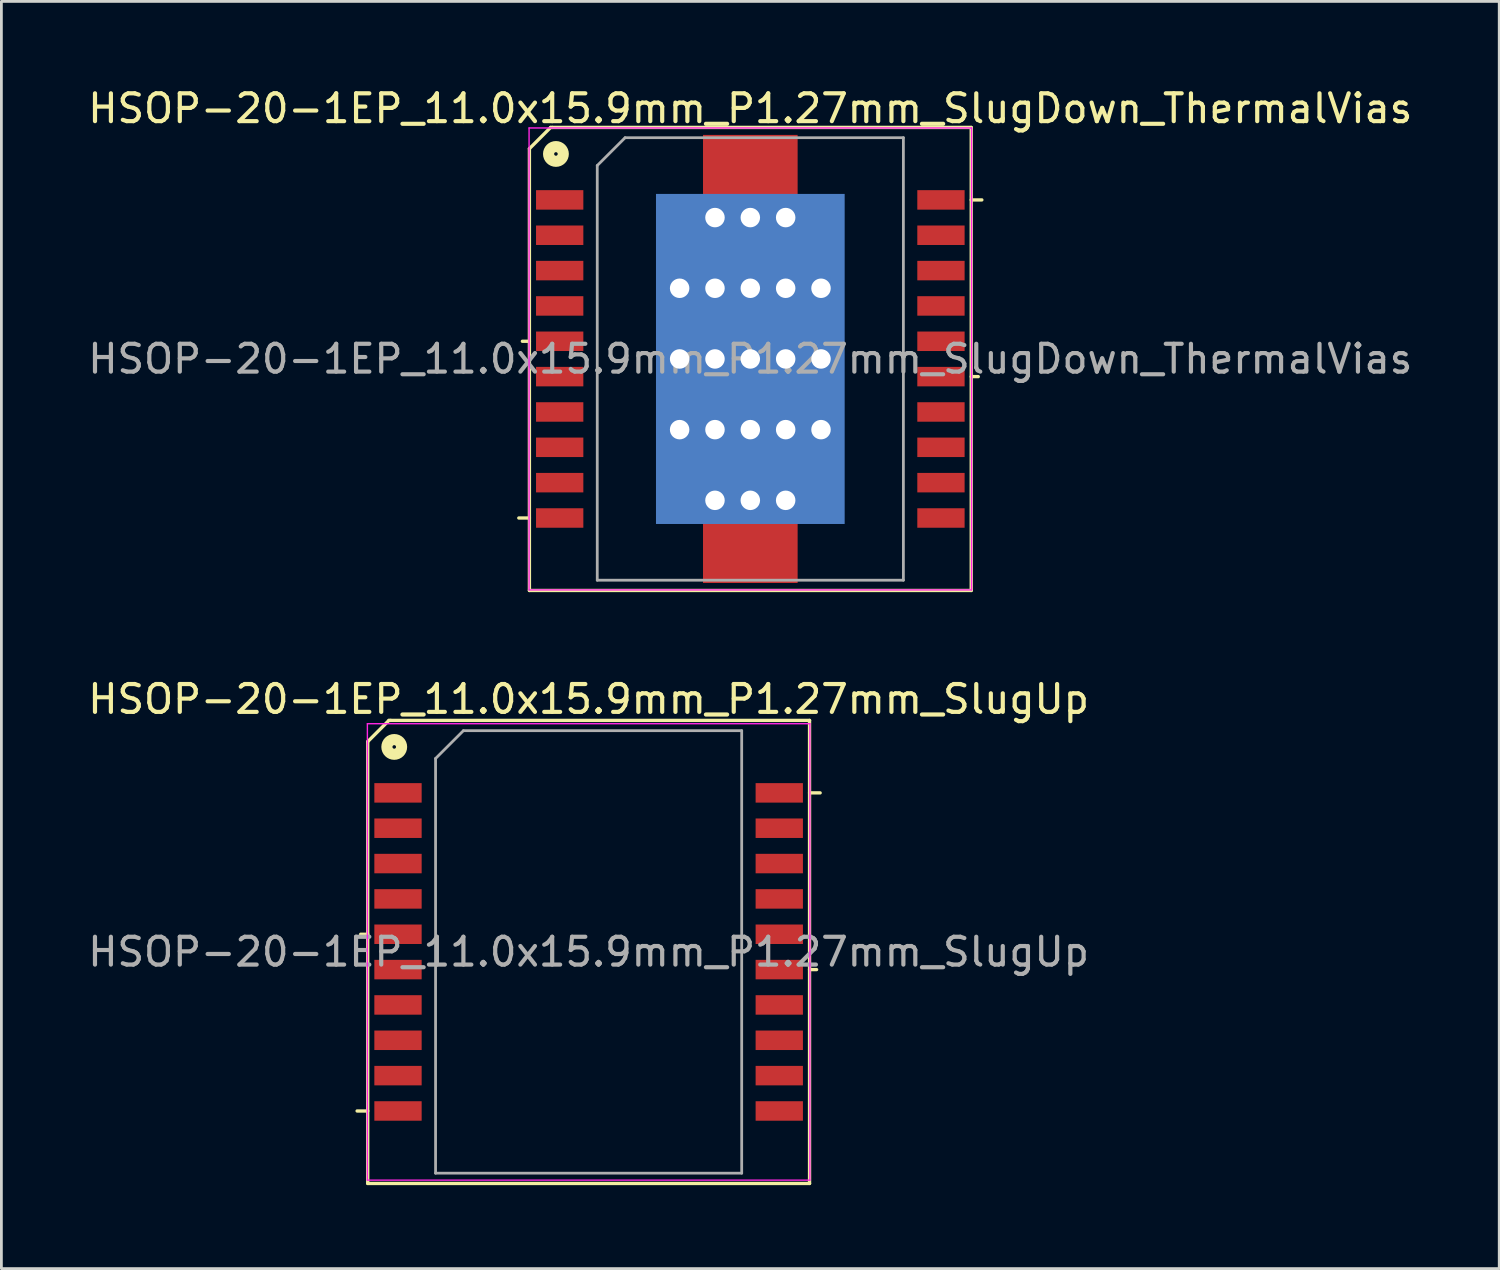
<source format=kicad_pcb>
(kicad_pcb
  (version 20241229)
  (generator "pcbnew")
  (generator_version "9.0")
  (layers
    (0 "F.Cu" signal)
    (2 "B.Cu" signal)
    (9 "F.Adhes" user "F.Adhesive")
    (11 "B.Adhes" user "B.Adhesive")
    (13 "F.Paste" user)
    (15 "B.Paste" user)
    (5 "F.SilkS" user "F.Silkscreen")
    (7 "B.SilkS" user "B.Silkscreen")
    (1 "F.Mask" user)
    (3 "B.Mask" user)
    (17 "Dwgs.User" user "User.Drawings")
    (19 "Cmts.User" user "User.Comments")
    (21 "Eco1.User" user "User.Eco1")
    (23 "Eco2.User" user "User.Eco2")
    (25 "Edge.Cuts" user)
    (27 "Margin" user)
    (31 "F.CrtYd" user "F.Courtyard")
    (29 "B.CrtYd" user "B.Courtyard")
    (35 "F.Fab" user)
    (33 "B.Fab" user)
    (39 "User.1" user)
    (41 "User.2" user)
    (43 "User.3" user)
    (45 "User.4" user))
  (footprint "HSOP-20-1EP_11.0x15.9mm_P1.27mm_SlugUp"
    (layer "F.Cu")
    (at 18.101 31.155)
    (property "Reference" "HSOP-20-1EP_11.0x15.9mm_P1.27mm_SlugUp" (at 0 -9.081 0) (layer "F.SilkS") (effects (font (size 1 1) (thickness 0.15))))
    (attr smd)
    (fp_line (start -7.938 -7.556) (end -7.938 8.319) (stroke (width 0.12) (type solid)) (layer "F.SilkS"))
    (fp_line (start -7.938 -7.556) (end -7.176 -8.319) (stroke (width 0.12) (type solid)) (layer "F.SilkS"))
    (fp_line (start -7.938 -0.635) (end -8.191 -0.635) (stroke (width 0.12) (type solid)) (layer "F.SilkS"))
    (fp_line (start -7.938 5.715) (end -8.319 5.715) (stroke (width 0.12) (type solid)) (layer "F.SilkS"))
    (fp_line (start -7.938 8.319) (end 7.938 8.319) (stroke (width 0.12) (type solid)) (layer "F.SilkS"))
    (fp_line (start -7.112 -8.319) (end -7.176 -8.319) (stroke (width 0.12) (type solid)) (layer "F.SilkS"))
    (fp_line (start 7.938 -8.319) (end -7.112 -8.319) (stroke (width 0.12) (type solid)) (layer "F.SilkS"))
    (fp_line (start 7.938 -5.715) (end 8.319 -5.715) (stroke (width 0.12) (type solid)) (layer "F.SilkS"))
    (fp_line (start 7.938 0.635) (end 8.191 0.635) (stroke (width 0.12) (type solid)) (layer "F.SilkS"))
    (fp_line (start 7.938 8.319) (end 7.938 -8.319) (stroke (width 0.12) (type solid)) (layer "F.SilkS"))
    (fp_circle (center -6.985 -7.366) (end -6.921 -7.366) (stroke (width 0.4) (type solid)) (fill no) (layer "F.SilkS"))
    (fp_line (start -7.95 -8.2) (end -7.95 8.2) (stroke (width 0.05) (type solid)) (layer "F.CrtYd"))
    (fp_line (start -7.95 -8.2) (end 7.95 -8.2) (stroke (width 0.05) (type solid)) (layer "F.CrtYd"))
    (fp_line (start 7.95 8.2) (end -7.95 8.2) (stroke (width 0.05) (type solid)) (layer "F.CrtYd"))
    (fp_line (start 7.95 8.2) (end 7.95 -8.2) (stroke (width 0.05) (type solid)) (layer "F.CrtYd"))
    (fp_line (start -5.5 -6.95) (end -5.5 7.95) (stroke (width 0.1) (type solid)) (layer "F.Fab"))
    (fp_line (start -5.5 7.95) (end 5.5 7.95) (stroke (width 0.1) (type solid)) (layer "F.Fab"))
    (fp_line (start -4.5 -7.95) (end -5.5 -6.95) (stroke (width 0.1) (type solid)) (layer "F.Fab"))
    (fp_line (start 5.5 -7.95) (end -4.5 -7.95) (stroke (width 0.1) (type solid)) (layer "F.Fab"))
    (fp_line (start 5.5 7.95) (end 5.5 -7.95) (stroke (width 0.1) (type solid)) (layer "F.Fab"))
    (fp_text user "${REFERENCE}" (at 0 0 0) (layer "F.Fab") (effects (font (size 1 1) (thickness 0.15))))
    (pad "1" smd rect (at -6.85 -5.715) (size 1.7 0.7) (layers "F.Cu" "F.Mask" "F.Paste"))
    (pad "2" smd rect (at -6.85 -4.445) (size 1.7 0.7) (layers "F.Cu" "F.Mask" "F.Paste"))
    (pad "3" smd rect (at -6.85 -3.175) (size 1.7 0.7) (layers "F.Cu" "F.Mask" "F.Paste"))
    (pad "4" smd rect (at -6.85 -1.905) (size 1.7 0.7) (layers "F.Cu" "F.Mask" "F.Paste"))
    (pad "5" smd rect (at -6.85 -0.635) (size 1.7 0.7) (layers "F.Cu" "F.Mask" "F.Paste"))
    (pad "6" smd rect (at -6.85 0.635) (size 1.7 0.7) (layers "F.Cu" "F.Mask" "F.Paste"))
    (pad "7" smd rect (at -6.85 1.905) (size 1.7 0.7) (layers "F.Cu" "F.Mask" "F.Paste"))
    (pad "8" smd rect (at -6.85 3.175) (size 1.7 0.7) (layers "F.Cu" "F.Mask" "F.Paste"))
    (pad "9" smd rect (at -6.85 4.445) (size 1.7 0.7) (layers "F.Cu" "F.Mask" "F.Paste"))
    (pad "10" smd rect (at -6.85 5.715) (size 1.7 0.7) (layers "F.Cu" "F.Mask" "F.Paste"))
    (pad "11" smd rect (at 6.85 5.715) (size 1.7 0.7) (layers "F.Cu" "F.Mask" "F.Paste"))
    (pad "12" smd rect (at 6.85 4.445) (size 1.7 0.7) (layers "F.Cu" "F.Mask" "F.Paste"))
    (pad "13" smd rect (at 6.85 3.175) (size 1.7 0.7) (layers "F.Cu" "F.Mask" "F.Paste"))
    (pad "14" smd rect (at 6.85 1.905) (size 1.7 0.7) (layers "F.Cu" "F.Mask" "F.Paste"))
    (pad "15" smd rect (at 6.85 0.635) (size 1.7 0.7) (layers "F.Cu" "F.Mask" "F.Paste"))
    (pad "16" smd rect (at 6.85 -0.635) (size 1.7 0.7) (layers "F.Cu" "F.Mask" "F.Paste"))
    (pad "17" smd rect (at 6.85 -1.905) (size 1.7 0.7) (layers "F.Cu" "F.Mask" "F.Paste"))
    (pad "18" smd rect (at 6.85 -3.175) (size 1.7 0.7) (layers "F.Cu" "F.Mask" "F.Paste"))
    (pad "19" smd rect (at 6.85 -4.445) (size 1.7 0.7) (layers "F.Cu" "F.Mask" "F.Paste"))
    (pad "20" smd rect (at 6.85 -5.715) (size 1.7 0.7) (layers "F.Cu" "F.Mask" "F.Paste")))
  (footprint "HSOP-20-1EP_11.0x15.9mm_P1.27mm_SlugDown_ThermalVias"
    (layer "F.Cu")
    (at 23.911 9.848)
    (property "Reference" "HSOP-20-1EP_11.0x15.9mm_P1.27mm_SlugDown_ThermalVias" (at 0 -9 0) (layer "F.SilkS") (effects (font (size 1 1) (thickness 0.15))))
    (attr smd)
    (fp_line (start -7.938 -7.556) (end -7.938 8.319) (stroke (width 0.12) (type solid)) (layer "F.SilkS"))
    (fp_line (start -7.938 -7.556) (end -7.176 -8.319) (stroke (width 0.12) (type solid)) (layer "F.SilkS"))
    (fp_line (start -7.938 -0.635) (end -8.191 -0.635) (stroke (width 0.12) (type solid)) (layer "F.SilkS"))
    (fp_line (start -7.938 5.715) (end -8.319 5.715) (stroke (width 0.12) (type solid)) (layer "F.SilkS"))
    (fp_line (start -7.938 8.319) (end 7.938 8.319) (stroke (width 0.12) (type solid)) (layer "F.SilkS"))
    (fp_line (start -7.112 -8.319) (end -7.176 -8.319) (stroke (width 0.12) (type solid)) (layer "F.SilkS"))
    (fp_line (start 7.938 -8.319) (end -7.112 -8.319) (stroke (width 0.12) (type solid)) (layer "F.SilkS"))
    (fp_line (start 7.938 -5.715) (end 8.319 -5.715) (stroke (width 0.12) (type solid)) (layer "F.SilkS"))
    (fp_line (start 7.938 0.635) (end 8.191 0.635) (stroke (width 0.12) (type solid)) (layer "F.SilkS"))
    (fp_line (start 7.938 8.319) (end 7.938 -8.319) (stroke (width 0.12) (type solid)) (layer "F.SilkS"))
    (fp_circle (center -6.985 -7.366) (end -6.921 -7.366) (stroke (width 0.4) (type solid)) (fill no) (layer "F.SilkS"))
    (fp_line (start -7.95 -8.3) (end -7.95 8.3) (stroke (width 0.05) (type solid)) (layer "F.CrtYd"))
    (fp_line (start -7.95 -8.3) (end 7.95 -8.3) (stroke (width 0.05) (type solid)) (layer "F.CrtYd"))
    (fp_line (start 7.95 8.3) (end -7.95 8.3) (stroke (width 0.05) (type solid)) (layer "F.CrtYd"))
    (fp_line (start 7.95 8.3) (end 7.95 -8.3) (stroke (width 0.05) (type solid)) (layer "F.CrtYd"))
    (fp_line (start -5.5 -6.95) (end -5.5 7.95) (stroke (width 0.1) (type solid)) (layer "F.Fab"))
    (fp_line (start -5.5 7.95) (end 5.5 7.95) (stroke (width 0.1) (type solid)) (layer "F.Fab"))
    (fp_line (start -4.5 -7.95) (end -5.5 -6.95) (stroke (width 0.1) (type solid)) (layer "F.Fab"))
    (fp_line (start 5.5 -7.95) (end -4.5 -7.95) (stroke (width 0.1) (type solid)) (layer "F.Fab"))
    (fp_line (start 5.5 7.95) (end 5.5 -7.95) (stroke (width 0.1) (type solid)) (layer "F.Fab"))
    (fp_text user "${REFERENCE}" (at 0 0 0) (layer "F.Fab") (effects (font (size 1 1) (thickness 0.15))))
    (pad "1" smd rect (at -6.85 -5.715) (size 1.7 0.7) (layers "F.Cu" "F.Mask" "F.Paste"))
    (pad "2" smd rect (at -6.85 -4.445) (size 1.7 0.7) (layers "F.Cu" "F.Mask" "F.Paste"))
    (pad "3" smd rect (at -6.85 -3.175) (size 1.7 0.7) (layers "F.Cu" "F.Mask" "F.Paste"))
    (pad "4" smd rect (at -6.85 -1.905) (size 1.7 0.7) (layers "F.Cu" "F.Mask" "F.Paste"))
    (pad "5" smd rect (at -6.85 -0.635) (size 1.7 0.7) (layers "F.Cu" "F.Mask" "F.Paste"))
    (pad "6" smd rect (at -6.85 0.635) (size 1.7 0.7) (layers "F.Cu" "F.Mask" "F.Paste"))
    (pad "7" smd rect (at -6.85 1.905) (size 1.7 0.7) (layers "F.Cu" "F.Mask" "F.Paste"))
    (pad "8" smd rect (at -6.85 3.175) (size 1.7 0.7) (layers "F.Cu" "F.Mask" "F.Paste"))
    (pad "9" smd rect (at -6.85 4.445) (size 1.7 0.7) (layers "F.Cu" "F.Mask" "F.Paste"))
    (pad "10" smd rect (at -6.85 5.715) (size 1.7 0.7) (layers "F.Cu" "F.Mask" "F.Paste"))
    (pad "11" smd rect (at 6.85 5.715) (size 1.7 0.7) (layers "F.Cu" "F.Mask" "F.Paste"))
    (pad "12" smd rect (at 6.85 4.445) (size 1.7 0.7) (layers "F.Cu" "F.Mask" "F.Paste"))
    (pad "13" smd rect (at 6.85 3.175) (size 1.7 0.7) (layers "F.Cu" "F.Mask" "F.Paste"))
    (pad "14" smd rect (at 6.85 1.905) (size 1.7 0.7) (layers "F.Cu" "F.Mask" "F.Paste"))
    (pad "15" smd rect (at 6.85 0.635) (size 1.7 0.7) (layers "F.Cu" "F.Mask" "F.Paste"))
    (pad "16" smd rect (at 6.85 -0.635) (size 1.7 0.7) (layers "F.Cu" "F.Mask" "F.Paste"))
    (pad "17" smd rect (at 6.85 -1.905) (size 1.7 0.7) (layers "F.Cu" "F.Mask" "F.Paste"))
    (pad "18" smd rect (at 6.85 -3.175) (size 1.7 0.7) (layers "F.Cu" "F.Mask" "F.Paste"))
    (pad "19" smd rect (at 6.85 -4.445) (size 1.7 0.7) (layers "F.Cu" "F.Mask" "F.Paste"))
    (pad "20" smd rect (at 6.85 -5.715) (size 1.7 0.7) (layers "F.Cu" "F.Mask" "F.Paste"))
    (pad "21" thru_hole circle (at -2.54 -2.54) (size 1 1) (drill 0.7) (layers "*.Cu"))
    (pad "21" thru_hole circle (at -2.54 0) (size 1 1) (drill 0.7) (layers "*.Cu"))
    (pad "21" thru_hole circle (at -2.54 2.54) (size 1 1) (drill 0.7) (layers "*.Cu"))
    (pad "21" thru_hole circle (at -1.27 -5.08) (size 1 1) (drill 0.7) (layers "*.Cu"))
    (pad "21" thru_hole circle (at -1.27 -2.54) (size 1 1) (drill 0.7) (layers "*.Cu"))
    (pad "21" thru_hole circle (at -1.27 0) (size 1 1) (drill 0.7) (layers "*.Cu"))
    (pad "21" thru_hole circle (at -1.27 2.54) (size 1 1) (drill 0.7) (layers "*.Cu"))
    (pad "21" thru_hole circle (at -1.27 5.08) (size 1 1) (drill 0.7) (layers "*.Cu"))
    (pad "21" smd rect (at 0 -6.843) (size 3.4 2.415) (layers "F.Cu" "F.Mask" "F.Paste"))
    (pad "21" thru_hole circle (at 0 -5.08) (size 1 1) (drill 0.7) (layers "*.Cu"))
    (pad "21" thru_hole circle (at 0 -2.54) (size 1 1) (drill 0.7) (layers "*.Cu"))
    (pad "21" thru_hole circle (at 0 0) (size 1 1) (drill 0.7) (layers "*.Cu"))
    (pad "21" smd rect (at 0 0) (size 6.4 11.27) (layers "F.Cu" "F.Mask" "F.Paste"))
    (pad "21" smd rect (at 0 0) (size 6.78 11.86) (layers "B.Cu" "B.Mask"))
    (pad "21" thru_hole circle (at 0 2.54) (size 1 1) (drill 0.7) (layers "*.Cu"))
    (pad "21" thru_hole circle (at 0 5.08) (size 1 1) (drill 0.7) (layers "*.Cu"))
    (pad "21" smd rect (at 0 6.843) (size 3.4 2.415) (layers "F.Cu" "F.Mask" "F.Paste"))
    (pad "21" thru_hole circle (at 1.27 -5.08) (size 1 1) (drill 0.7) (layers "*.Cu"))
    (pad "21" thru_hole circle (at 1.27 -2.54) (size 1 1) (drill 0.7) (layers "*.Cu"))
    (pad "21" thru_hole circle (at 1.27 0) (size 1 1) (drill 0.7) (layers "*.Cu"))
    (pad "21" thru_hole circle (at 1.27 2.54) (size 1 1) (drill 0.7) (layers "*.Cu"))
    (pad "21" thru_hole circle (at 1.27 5.08) (size 1 1) (drill 0.7) (layers "*.Cu"))
    (pad "21" thru_hole circle (at 2.54 -2.54) (size 1 1) (drill 0.7) (layers "*.Cu"))
    (pad "21" thru_hole circle (at 2.54 0) (size 1 1) (drill 0.7) (layers "*.Cu"))
    (pad "21" thru_hole circle (at 2.54 2.54) (size 1 1) (drill 0.7) (layers "*.Cu")))
  (gr_rect
    (start -3 -3)
    (end 50.821 42.534)
    (stroke (width 0.1) (type default))
    (fill no)
    (layer "Edge.Cuts")))
</source>
